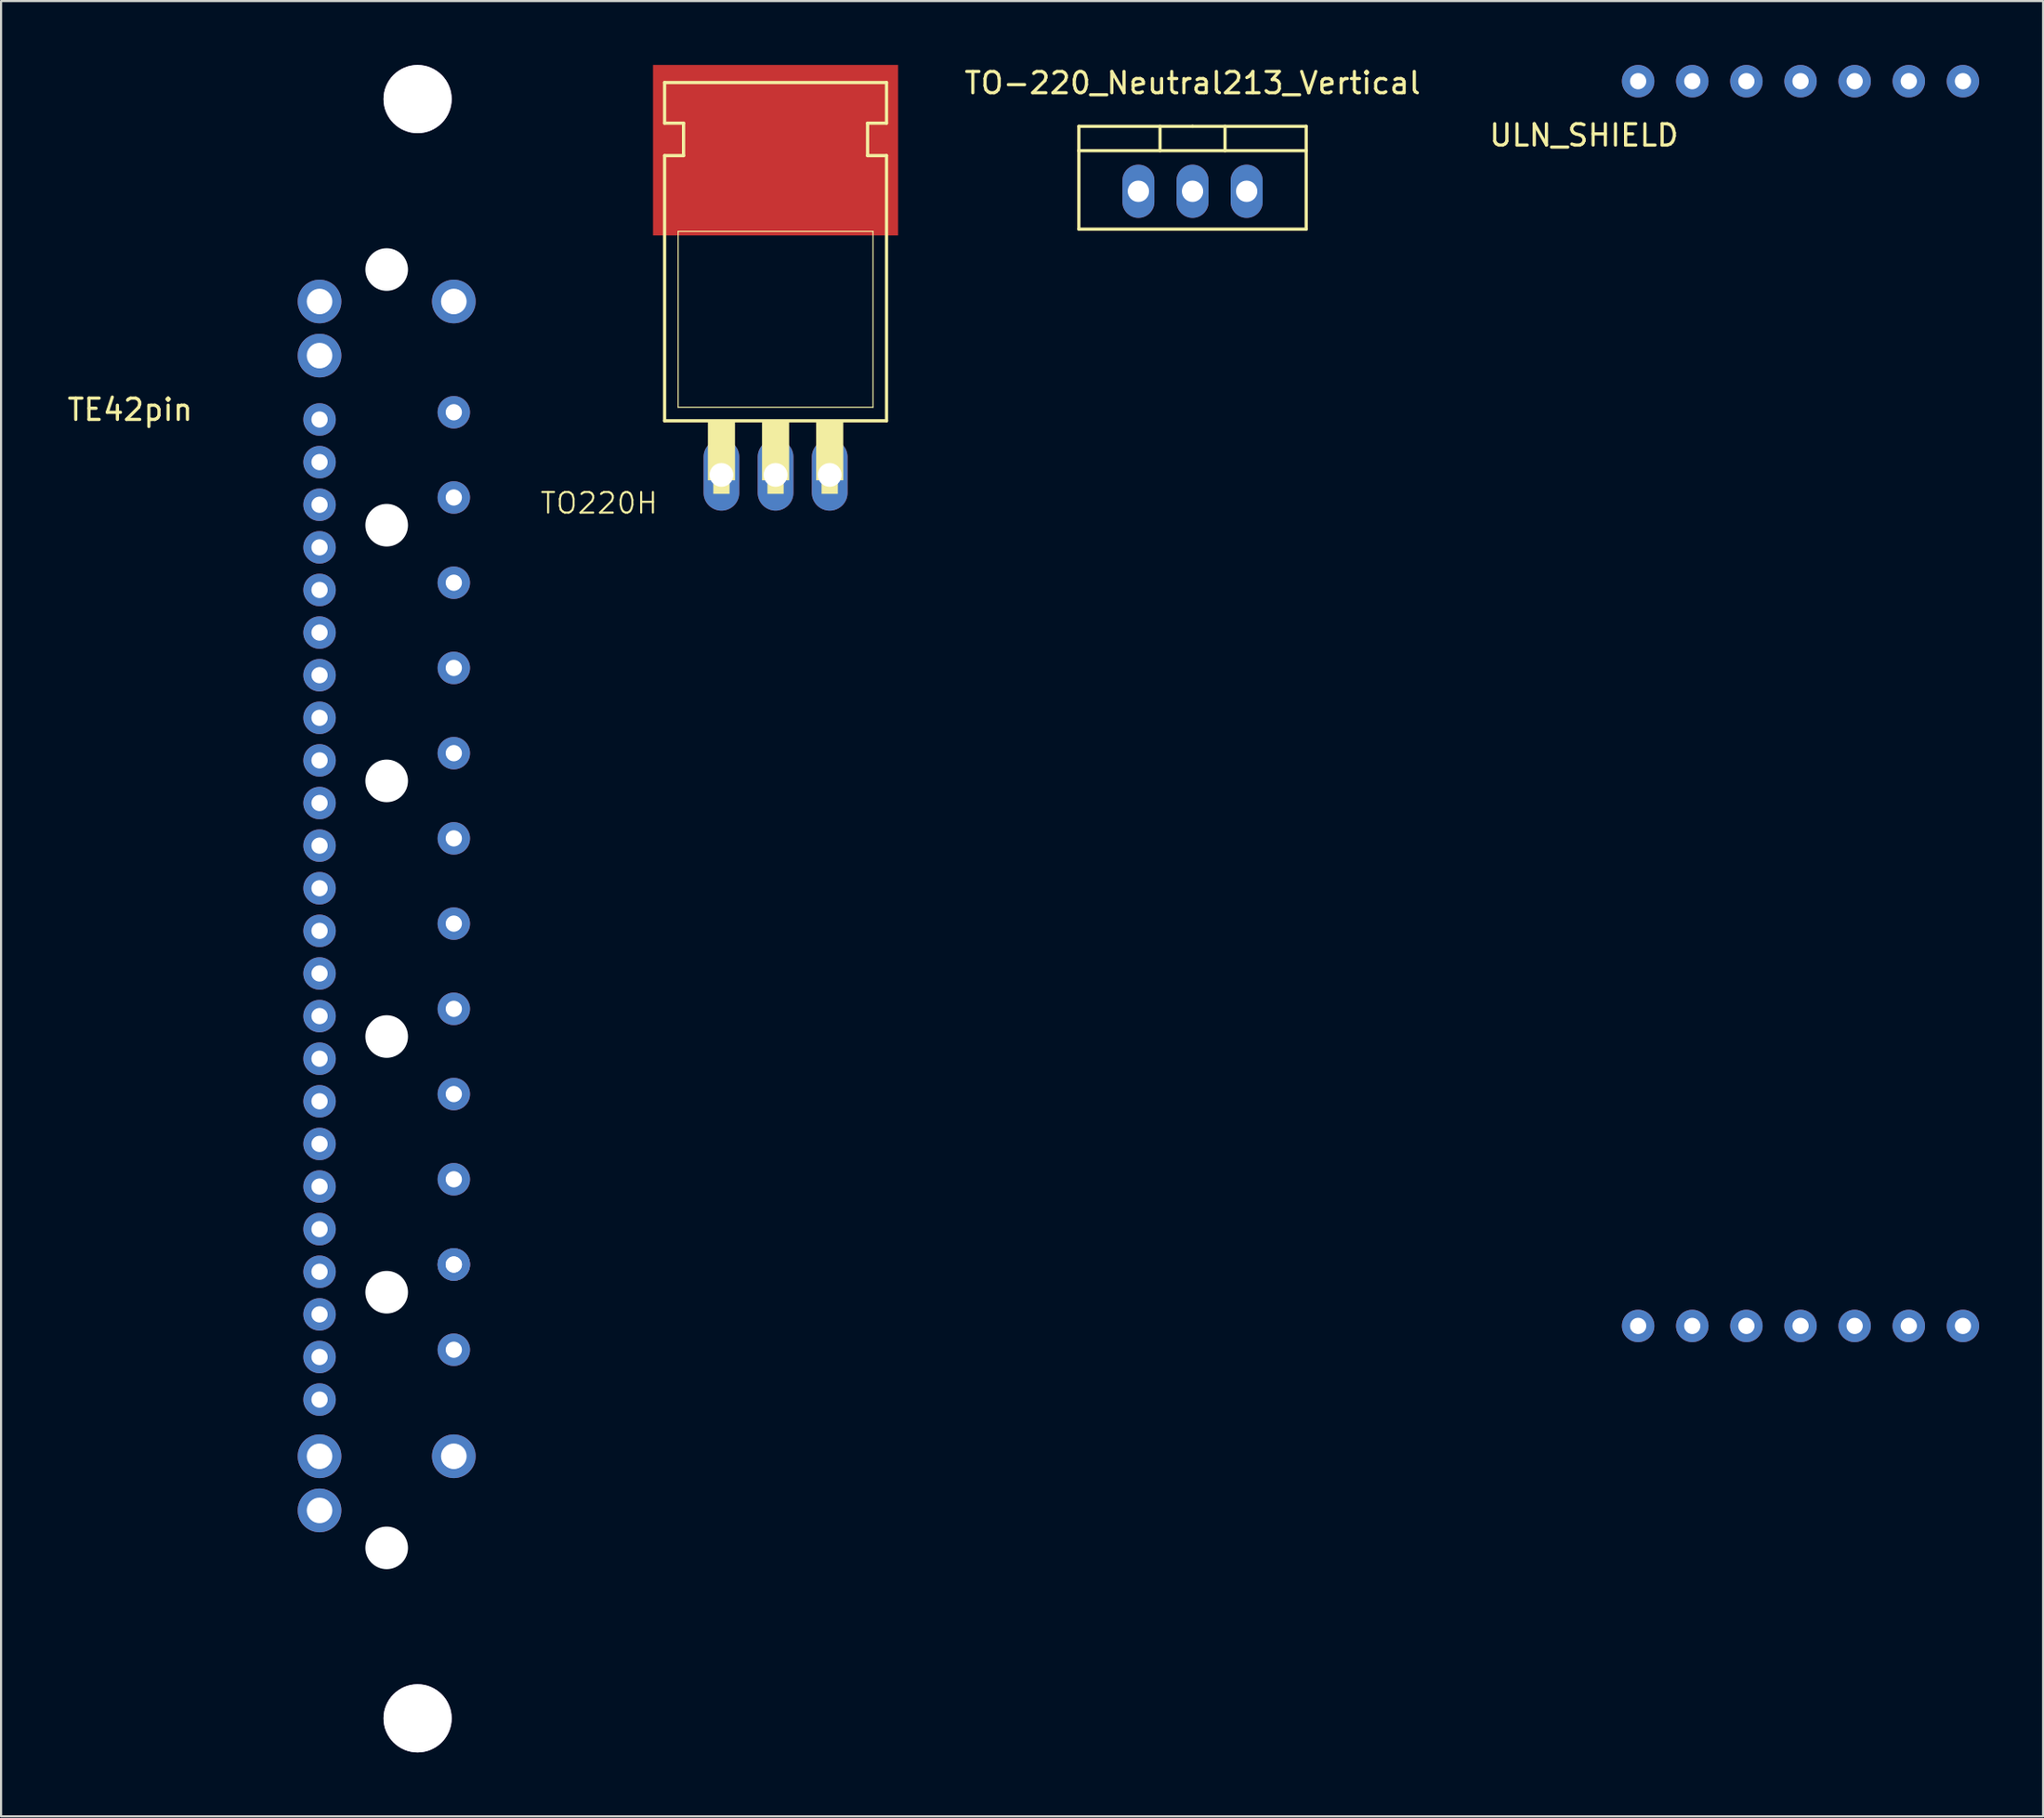
<source format=kicad_pcb>
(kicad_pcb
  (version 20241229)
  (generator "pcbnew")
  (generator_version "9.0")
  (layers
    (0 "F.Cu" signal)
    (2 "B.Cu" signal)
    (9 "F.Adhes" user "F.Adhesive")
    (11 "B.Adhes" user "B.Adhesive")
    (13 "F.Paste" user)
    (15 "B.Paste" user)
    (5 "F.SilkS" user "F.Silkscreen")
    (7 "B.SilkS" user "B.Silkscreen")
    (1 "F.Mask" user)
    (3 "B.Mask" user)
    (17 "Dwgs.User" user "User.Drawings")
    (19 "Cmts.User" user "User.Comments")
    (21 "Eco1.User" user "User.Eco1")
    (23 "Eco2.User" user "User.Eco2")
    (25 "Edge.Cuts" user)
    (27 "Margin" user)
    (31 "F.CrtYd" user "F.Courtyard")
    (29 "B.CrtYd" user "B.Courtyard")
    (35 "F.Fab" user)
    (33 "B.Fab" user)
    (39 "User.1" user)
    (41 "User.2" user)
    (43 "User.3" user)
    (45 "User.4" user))
  (footprint "ULN_SHIELD"
    (layer "F.Cu")
    (at 73.816 0.762)
    (property "Reference" "ULN_SHIELD" (at -2.54 2.54 0) (layer "F.SilkS") (effects (font (size 1 1) (thickness 0.15))))
    (attr through_hole)
    (pad "1" thru_hole circle (at 0 0) (size 1.524 1.524) (drill 0.762) (layers "*.Cu" "*.Mask"))
    (pad "2" thru_hole circle (at 2.54 0) (size 1.524 1.524) (drill 0.762) (layers "*.Cu" "*.Mask"))
    (pad "3" thru_hole circle (at 5.08 0) (size 1.524 1.524) (drill 0.762) (layers "*.Cu" "*.Mask"))
    (pad "4" thru_hole circle (at 7.62 0) (size 1.524 1.524) (drill 0.762) (layers "*.Cu" "*.Mask"))
    (pad "5" thru_hole circle (at 10.16 0) (size 1.524 1.524) (drill 0.762) (layers "*.Cu" "*.Mask"))
    (pad "6" thru_hole circle (at 12.7 0) (size 1.524 1.524) (drill 0.762) (layers "*.Cu" "*.Mask"))
    (pad "7" thru_hole circle (at 15.24 0) (size 1.524 1.524) (drill 0.762) (layers "*.Cu" "*.Mask"))
    (pad "8" thru_hole circle (at 0 58.42) (size 1.524 1.524) (drill 0.762) (layers "*.Cu" "*.Mask"))
    (pad "9" thru_hole circle (at 2.54 58.42) (size 1.524 1.524) (drill 0.762) (layers "*.Cu" "*.Mask"))
    (pad "10" thru_hole circle (at 5.08 58.42) (size 1.524 1.524) (drill 0.762) (layers "*.Cu" "*.Mask"))
    (pad "11" thru_hole circle (at 7.62 58.42) (size 1.524 1.524) (drill 0.762) (layers "*.Cu" "*.Mask"))
    (pad "12" thru_hole circle (at 10.16 58.42) (size 1.524 1.524) (drill 0.762) (layers "*.Cu" "*.Mask"))
    (pad "13" thru_hole circle (at 12.7 58.42) (size 1.524 1.524) (drill 0.762) (layers "*.Cu" "*.Mask"))
    (pad "14" thru_hole circle (at 15.24 58.42) (size 1.524 1.524) (drill 0.762) (layers "*.Cu" "*.Mask")))
  (footprint "TE42pin"
    (layer "F.Cu")
    (at 11.944 11.1)
    (property "Reference" "TE42pin" (at -8.89 5.08 0) (layer "F.SilkS") (effects (font (size 1 1) (thickness 0.15))))
    (attr through_hole)
    (pad "" np_thru_hole circle (at 3.15 -1.5) (size 2 2) (drill 2) (layers "*.Cu" "*.Mask"))
    (pad "" np_thru_hole circle (at 3.15 10.5) (size 2 2) (drill 2) (layers "*.Cu" "*.Mask"))
    (pad "" np_thru_hole circle (at 3.15 22.5) (size 2 2) (drill 2) (layers "*.Cu" "*.Mask"))
    (pad "" np_thru_hole circle (at 3.15 34.5) (size 2 2) (drill 2) (layers "*.Cu" "*.Mask"))
    (pad "" np_thru_hole circle (at 3.15 46.5) (size 2 2) (drill 2) (layers "*.Cu" "*.Mask"))
    (pad "" np_thru_hole circle (at 3.15 58.5) (size 2 2) (drill 2) (layers "*.Cu" "*.Mask"))
    (pad "1" thru_hole circle (at 6.3 0) (size 2.05 2.05) (drill 1.2) (layers "*.Cu" "*.Mask"))
    (pad "2" thru_hole circle (at 6.3 5.2) (size 1.524 1.524) (drill 0.762) (layers "*.Cu" "*.Mask"))
    (pad "3" thru_hole circle (at 6.3 9.2) (size 1.524 1.524) (drill 0.762) (layers "*.Cu" "*.Mask"))
    (pad "4" thru_hole circle (at 6.3 13.2) (size 1.524 1.524) (drill 0.762) (layers "*.Cu" "*.Mask"))
    (pad "5" thru_hole circle (at 6.3 17.2) (size 1.524 1.524) (drill 0.762) (layers "*.Cu" "*.Mask"))
    (pad "6" thru_hole circle (at 6.3 21.2) (size 1.524 1.524) (drill 0.762) (layers "*.Cu" "*.Mask"))
    (pad "7" thru_hole circle (at 6.3 25.2) (size 1.524 1.524) (drill 0.762) (layers "*.Cu" "*.Mask"))
    (pad "8" thru_hole circle (at 6.3 29.2) (size 1.524 1.524) (drill 0.762) (layers "*.Cu" "*.Mask"))
    (pad "9" thru_hole circle (at 6.3 33.2) (size 1.524 1.524) (drill 0.762) (layers "*.Cu" "*.Mask"))
    (pad "10" thru_hole circle (at 6.3 37.2) (size 1.524 1.524) (drill 0.762) (layers "*.Cu" "*.Mask"))
    (pad "11" thru_hole circle (at 6.3 41.2) (size 1.524 1.524) (drill 0.762) (layers "*.Cu" "*.Mask"))
    (pad "12" thru_hole circle (at 6.3 45.2) (size 1.524 1.524) (drill 0.762) (layers "*.Cu" "*.Mask"))
    (pad "12" thru_hole circle (at 6.3 45.2) (size 1.524 1.524) (drill 0.762) (layers "*.Cu" "*.Mask"))
    (pad "13" thru_hole circle (at 6.3 49.2) (size 1.524 1.524) (drill 0.762) (layers "*.Cu" "*.Mask"))
    (pad "14" thru_hole circle (at 6.3 54.2) (size 2.05 2.05) (drill 1.2) (layers "*.Cu" "*.Mask"))
    (pad "15" thru_hole circle (at 0 56.74) (size 2.05 2.05) (drill 1.2) (layers "*.Cu" "*.Mask"))
    (pad "16" thru_hole circle (at 0 54.2) (size 2.05 2.05) (drill 1.2) (layers "*.Cu" "*.Mask"))
    (pad "17" thru_hole circle (at 0 51.54) (size 1.524 1.524) (drill 0.762) (layers "*.Cu" "*.Mask"))
    (pad "18" thru_hole circle (at 0 49.54) (size 1.524 1.524) (drill 0.762) (layers "*.Cu" "*.Mask"))
    (pad "19" thru_hole circle (at 0 47.54) (size 1.524 1.524) (drill 0.762) (layers "*.Cu" "*.Mask"))
    (pad "20" thru_hole circle (at 0 45.54) (size 1.524 1.524) (drill 0.762) (layers "*.Cu" "*.Mask"))
    (pad "21" thru_hole circle (at 0 43.54) (size 1.524 1.524) (drill 0.762) (layers "*.Cu" "*.Mask"))
    (pad "22" thru_hole circle (at 0 41.54) (size 1.524 1.524) (drill 0.762) (layers "*.Cu" "*.Mask"))
    (pad "23" thru_hole circle (at 0 39.54) (size 1.524 1.524) (drill 0.762) (layers "*.Cu" "*.Mask"))
    (pad "24" thru_hole circle (at 0 37.54) (size 1.524 1.524) (drill 0.762) (layers "*.Cu" "*.Mask"))
    (pad "25" thru_hole circle (at 0 35.54) (size 1.524 1.524) (drill 0.762) (layers "*.Cu" "*.Mask"))
    (pad "26" thru_hole circle (at 0 33.54) (size 1.524 1.524) (drill 0.762) (layers "*.Cu" "*.Mask"))
    (pad "27" thru_hole circle (at 0 31.54) (size 1.524 1.524) (drill 0.762) (layers "*.Cu" "*.Mask"))
    (pad "28" thru_hole circle (at 0 29.54) (size 1.524 1.524) (drill 0.762) (layers "*.Cu" "*.Mask"))
    (pad "29" thru_hole circle (at 0 27.54) (size 1.524 1.524) (drill 0.762) (layers "*.Cu" "*.Mask"))
    (pad "30" thru_hole circle (at 0 25.54) (size 1.524 1.524) (drill 0.762) (layers "*.Cu" "*.Mask"))
    (pad "31" thru_hole circle (at 0 23.54) (size 1.524 1.524) (drill 0.762) (layers "*.Cu" "*.Mask"))
    (pad "32" thru_hole circle (at 0 21.54) (size 1.524 1.524) (drill 0.762) (layers "*.Cu" "*.Mask"))
    (pad "33" thru_hole circle (at 0 19.54) (size 1.524 1.524) (drill 0.762) (layers "*.Cu" "*.Mask"))
    (pad "34" thru_hole circle (at 0 17.54) (size 1.524 1.524) (drill 0.762) (layers "*.Cu" "*.Mask"))
    (pad "35" thru_hole circle (at 0 15.54) (size 1.524 1.524) (drill 0.762) (layers "*.Cu" "*.Mask"))
    (pad "36" thru_hole circle (at 0 13.54) (size 1.524 1.524) (drill 0.762) (layers "*.Cu" "*.Mask"))
    (pad "37" thru_hole circle (at 0 11.54) (size 1.524 1.524) (drill 0.762) (layers "*.Cu" "*.Mask"))
    (pad "38" thru_hole circle (at 0 9.54) (size 1.524 1.524) (drill 0.762) (layers "*.Cu" "*.Mask"))
    (pad "39" thru_hole circle (at 0 7.54) (size 1.524 1.524) (drill 0.762) (layers "*.Cu" "*.Mask"))
    (pad "40" thru_hole circle (at 0 5.54) (size 1.524 1.524) (drill 0.762) (layers "*.Cu" "*.Mask"))
    (pad "41" thru_hole circle (at 0 2.54) (size 2.05 2.05) (drill 1.2) (layers "*.Cu" "*.Mask"))
    (pad "42" thru_hole circle (at 0 0) (size 2.05 2.05) (drill 1.2) (layers "*.Cu" "*.Mask"))
    (pad "43" thru_hole circle (at 4.6 -9.5) (size 3.2 3.2) (drill 3.2) (layers "*.Cu" "*.Mask"))
    (pad "43" thru_hole circle (at 4.6 66.5) (size 3.2 3.2) (drill 3.2) (layers "*.Cu" "*.Mask")))
  (footprint "TO-220_Neutral213_Vertical"
    (layer "F.Cu")
    (at 52.907 5.928)
    (property "Reference" "TO-220_Neutral213_Vertical" (at 0 -5.08 0) (layer "F.SilkS") (effects (font (size 1 1) (thickness 0.15))))
    (attr through_hole)
    (fp_line (start -5.334 -1.905) (end -5.334 -3.048) (stroke (width 0.15) (type solid)) (layer "F.SilkS"))
    (fp_line (start -5.334 1.778) (end -5.334 -1.905) (stroke (width 0.15) (type solid)) (layer "F.SilkS"))
    (fp_line (start -1.524 -3.048) (end -1.524 -1.905) (stroke (width 0.15) (type solid)) (layer "F.SilkS"))
    (fp_line (start 0 -3.048) (end -5.334 -3.048) (stroke (width 0.15) (type solid)) (layer "F.SilkS"))
    (fp_line (start 0 -3.048) (end 5.334 -3.048) (stroke (width 0.15) (type solid)) (layer "F.SilkS"))
    (fp_line (start 1.524 -3.048) (end 1.524 -1.905) (stroke (width 0.15) (type solid)) (layer "F.SilkS"))
    (fp_line (start 5.334 -3.048) (end 5.334 -1.905) (stroke (width 0.15) (type solid)) (layer "F.SilkS"))
    (fp_line (start 5.334 -1.905) (end -5.334 -1.905) (stroke (width 0.15) (type solid)) (layer "F.SilkS"))
    (fp_line (start 5.334 -1.905) (end 5.334 1.778) (stroke (width 0.15) (type solid)) (layer "F.SilkS"))
    (fp_line (start 5.334 1.778) (end -5.334 1.778) (stroke (width 0.15) (type solid)) (layer "F.SilkS"))
    (pad "1" thru_hole oval (at 0 0 90) (size 2.499 1.501) (drill 1.001) (layers "*.Cu" "*.Mask"))
    (pad "2" thru_hole oval (at -2.54 0 90) (size 2.499 1.501) (drill 1.001) (layers "*.Cu" "*.Mask"))
    (pad "3" thru_hole oval (at 2.54 0 90) (size 2.499 1.501) (drill 1.001) (layers "*.Cu" "*.Mask")))
  (footprint "TO220H"
    (layer "F.Cu")
    (at 33.342 9.08)
    (property "Reference" "TO220H" (at -5.461 10.922 0) (layer "F.SilkS") (effects (font (size 0.965 0.965) (thickness 0.097)) (justify right top)))
    (attr through_hole)
    (fp_line (start -5.207 -6.35) (end -5.207 -8.255) (stroke (width 0.152) (type solid)) (layer "F.SilkS"))
    (fp_line (start -5.207 -4.826) (end -4.318 -4.826) (stroke (width 0.152) (type solid)) (layer "F.SilkS"))
    (fp_line (start -5.207 7.62) (end -5.207 -4.826) (stroke (width 0.152) (type solid)) (layer "F.SilkS"))
    (fp_line (start -5.207 7.62) (end 5.207 7.62) (stroke (width 0.152) (type solid)) (layer "F.SilkS"))
    (fp_line (start -4.572 6.985) (end -4.572 -1.27) (stroke (width 0.051) (type solid)) (layer "F.SilkS"))
    (fp_line (start -4.572 6.985) (end 4.572 6.985) (stroke (width 0.051) (type solid)) (layer "F.SilkS"))
    (fp_line (start -4.318 -6.35) (end -5.207 -6.35) (stroke (width 0.152) (type solid)) (layer "F.SilkS"))
    (fp_line (start -4.318 -4.826) (end -4.318 -6.35) (stroke (width 0.152) (type solid)) (layer "F.SilkS"))
    (fp_line (start 4.318 -6.35) (end 5.207 -6.35) (stroke (width 0.152) (type solid)) (layer "F.SilkS"))
    (fp_line (start 4.318 -4.826) (end 4.318 -6.35) (stroke (width 0.152) (type solid)) (layer "F.SilkS"))
    (fp_line (start 4.572 -1.27) (end -4.572 -1.27) (stroke (width 0.051) (type solid)) (layer "F.SilkS"))
    (fp_line (start 4.572 -1.27) (end 4.572 6.985) (stroke (width 0.051) (type solid)) (layer "F.SilkS"))
    (fp_line (start 5.207 -8.255) (end -5.207 -8.255) (stroke (width 0.152) (type solid)) (layer "F.SilkS"))
    (fp_line (start 5.207 -6.35) (end 5.207 -8.255) (stroke (width 0.152) (type solid)) (layer "F.SilkS"))
    (fp_line (start 5.207 -4.826) (end 4.318 -4.826) (stroke (width 0.152) (type solid)) (layer "F.SilkS"))
    (fp_line (start 5.207 7.62) (end 5.207 -4.826) (stroke (width 0.152) (type solid)) (layer "F.SilkS"))
    (fp_poly (pts (xy -3.175 10.414) (xy -1.905 10.414) (xy -1.905 7.62) (xy -3.175 7.62)) (stroke (width 0) (type solid)) (fill yes) (layer "F.SilkS"))
    (fp_poly (pts (xy -2.921 11.049) (xy -2.159 11.049) (xy -2.159 10.414) (xy -2.921 10.414)) (stroke (width 0) (type solid)) (fill yes) (layer "F.SilkS"))
    (fp_poly (pts (xy -0.635 10.414) (xy 0.635 10.414) (xy 0.635 7.62) (xy -0.635 7.62)) (stroke (width 0) (type solid)) (fill yes) (layer "F.SilkS"))
    (fp_poly (pts (xy -0.381 11.049) (xy 0.381 11.049) (xy 0.381 10.414) (xy -0.381 10.414)) (stroke (width 0) (type solid)) (fill yes) (layer "F.SilkS"))
    (fp_poly (pts (xy 1.905 10.414) (xy 3.175 10.414) (xy 3.175 7.62) (xy 1.905 7.62)) (stroke (width 0) (type solid)) (fill yes) (layer "F.SilkS"))
    (fp_poly (pts (xy 2.159 11.049) (xy 2.921 11.049) (xy 2.921 10.414) (xy 2.159 10.414)) (stroke (width 0) (type solid)) (fill yes) (layer "F.SilkS"))
    (pad "1" thru_hole oval (at -2.54 10.16 90) (size 3.353 1.676) (drill 1.118) (layers "*.Cu" "*.Mask"))
    (pad "2" thru_hole oval (at 0 10.16 90) (size 3.353 1.676) (drill 1.118) (layers "*.Cu" "*.Mask"))
    (pad "3" thru_hole oval (at 2.54 10.16 90) (size 3.353 1.676) (drill 1.118) (layers "*.Cu" "*.Mask"))
    (pad "4" smd rect (at 0 -5.08) (size 11.5 8) (layers "F.Cu" "F.Mask" "F.Paste")))
  (gr_rect
    (start -3 -3)
    (end 92.818 82.2)
    (stroke (width 0.1) (type default))
    (fill no)
    (layer "Edge.Cuts")))
</source>
